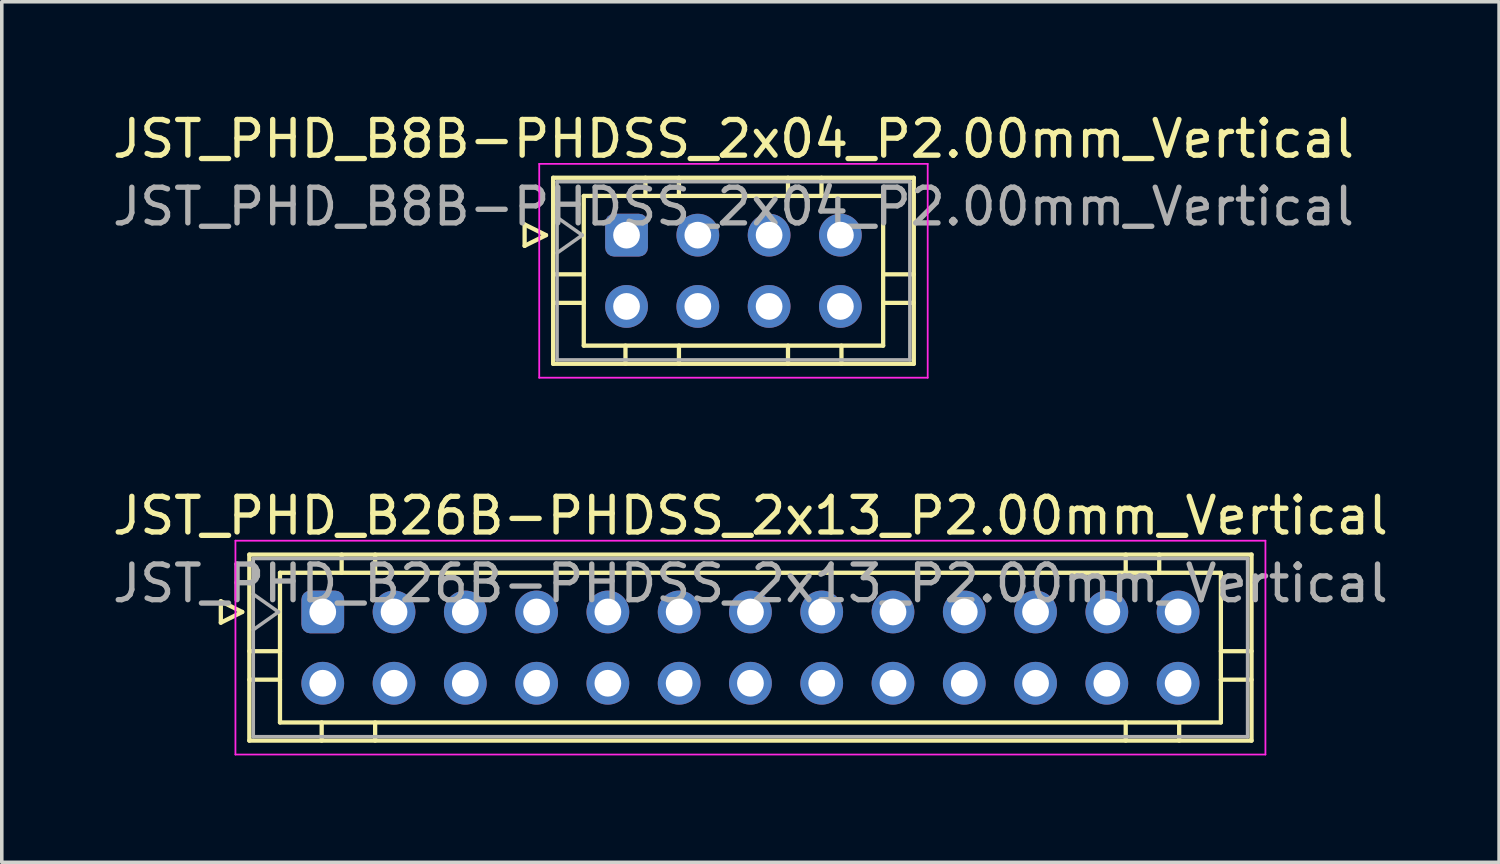
<source format=kicad_pcb>
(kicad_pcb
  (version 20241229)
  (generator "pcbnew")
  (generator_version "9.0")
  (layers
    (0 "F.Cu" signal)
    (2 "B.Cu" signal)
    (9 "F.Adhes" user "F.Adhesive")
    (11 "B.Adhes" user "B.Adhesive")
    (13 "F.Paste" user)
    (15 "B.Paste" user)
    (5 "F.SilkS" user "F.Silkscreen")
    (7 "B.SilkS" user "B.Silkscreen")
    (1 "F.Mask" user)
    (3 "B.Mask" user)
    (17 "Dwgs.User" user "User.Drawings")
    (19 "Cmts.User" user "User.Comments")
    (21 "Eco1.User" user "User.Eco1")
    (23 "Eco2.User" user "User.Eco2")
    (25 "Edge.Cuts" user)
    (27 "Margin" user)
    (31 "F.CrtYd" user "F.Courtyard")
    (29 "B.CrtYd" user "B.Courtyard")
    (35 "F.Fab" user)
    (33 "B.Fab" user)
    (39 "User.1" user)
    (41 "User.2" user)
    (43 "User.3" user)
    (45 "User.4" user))
  (footprint "JST_PHD_B8B-PHDSS_2x04_P2.00mm_Vertical"
    (layer "F.Cu")
    (at 14.53 3.548)
    (property "Reference" "JST_PHD_B8B-PHDSS_2x04_P2.00mm_Vertical" (at 3 -2.7 0) (layer "F.SilkS") (effects (font (size 1 1) (thickness 0.15))))
    (attr through_hole)
    (fp_line (start -2.86 -0.3) (end -2.26 0) (stroke (width 0.12) (type solid)) (layer "F.SilkS"))
    (fp_line (start -2.86 0.3) (end -2.86 -0.3) (stroke (width 0.12) (type solid)) (layer "F.SilkS"))
    (fp_line (start -2.26 0) (end -2.86 0.3) (stroke (width 0.12) (type solid)) (layer "F.SilkS"))
    (fp_line (start -2.06 -1.61) (end -2.06 3.61) (stroke (width 0.12) (type solid)) (layer "F.SilkS"))
    (fp_line (start -2.06 1.1) (end -1.2 1.1) (stroke (width 0.12) (type solid)) (layer "F.SilkS"))
    (fp_line (start -2.06 1.9) (end -1.2 1.9) (stroke (width 0.12) (type solid)) (layer "F.SilkS"))
    (fp_line (start -2.06 3.61) (end 8.06 3.61) (stroke (width 0.12) (type solid)) (layer "F.SilkS"))
    (fp_line (start -1.2 -1.1) (end -1.2 3.1) (stroke (width 0.12) (type solid)) (layer "F.SilkS"))
    (fp_line (start -1.2 3.1) (end 7.2 3.1) (stroke (width 0.12) (type solid)) (layer "F.SilkS"))
    (fp_line (start -0.03 3.61) (end -0.03 3.1) (stroke (width 0.12) (type solid)) (layer "F.SilkS"))
    (fp_line (start 0.53 -1.61) (end 0.53 -1.1) (stroke (width 0.12) (type solid)) (layer "F.SilkS"))
    (fp_line (start 1.47 -1.61) (end 1.47 -1.1) (stroke (width 0.12) (type solid)) (layer "F.SilkS"))
    (fp_line (start 1.47 3.61) (end 1.47 3.1) (stroke (width 0.12) (type solid)) (layer "F.SilkS"))
    (fp_line (start 4.53 -1.61) (end 4.53 -1.1) (stroke (width 0.12) (type solid)) (layer "F.SilkS"))
    (fp_line (start 4.53 3.61) (end 4.53 3.1) (stroke (width 0.12) (type solid)) (layer "F.SilkS"))
    (fp_line (start 5.47 -1.61) (end 5.47 -1.1) (stroke (width 0.12) (type solid)) (layer "F.SilkS"))
    (fp_line (start 6.03 3.61) (end 6.03 3.1) (stroke (width 0.12) (type solid)) (layer "F.SilkS"))
    (fp_line (start 7.2 -1.1) (end -1.2 -1.1) (stroke (width 0.12) (type solid)) (layer "F.SilkS"))
    (fp_line (start 7.2 3.1) (end 7.2 -1.1) (stroke (width 0.12) (type solid)) (layer "F.SilkS"))
    (fp_line (start 8.06 -1.61) (end -2.06 -1.61) (stroke (width 0.12) (type solid)) (layer "F.SilkS"))
    (fp_line (start 8.06 1.1) (end 7.2 1.1) (stroke (width 0.12) (type solid)) (layer "F.SilkS"))
    (fp_line (start 8.06 1.9) (end 7.2 1.9) (stroke (width 0.12) (type solid)) (layer "F.SilkS"))
    (fp_line (start 8.06 3.61) (end 8.06 -1.61) (stroke (width 0.12) (type solid)) (layer "F.SilkS"))
    (fp_line (start -2.45 -2) (end -2.45 4) (stroke (width 0.05) (type solid)) (layer "F.CrtYd"))
    (fp_line (start -2.45 4) (end 8.45 4) (stroke (width 0.05) (type solid)) (layer "F.CrtYd"))
    (fp_line (start 8.45 -2) (end -2.45 -2) (stroke (width 0.05) (type solid)) (layer "F.CrtYd"))
    (fp_line (start 8.45 4) (end 8.45 -2) (stroke (width 0.05) (type solid)) (layer "F.CrtYd"))
    (fp_line (start -1.95 -1.5) (end -1.95 3.5) (stroke (width 0.1) (type solid)) (layer "F.Fab"))
    (fp_line (start -1.95 0.5) (end -1.243 0) (stroke (width 0.1) (type solid)) (layer "F.Fab"))
    (fp_line (start -1.95 3.5) (end 7.95 3.5) (stroke (width 0.1) (type solid)) (layer "F.Fab"))
    (fp_line (start -1.243 0) (end -1.95 -0.5) (stroke (width 0.1) (type solid)) (layer "F.Fab"))
    (fp_line (start 7.95 -1.5) (end -1.95 -1.5) (stroke (width 0.1) (type solid)) (layer "F.Fab"))
    (fp_line (start 7.95 3.5) (end 7.95 -1.5) (stroke (width 0.1) (type solid)) (layer "F.Fab"))
    (fp_text user "${REFERENCE}" (at 3 -0.8 0) (layer "F.Fab") (effects (font (size 1 1) (thickness 0.15))))
    (pad "1" thru_hole roundrect (at 0 0) (size 1.2 1.2) (drill 0.75) (layers "*.Cu" "*.Mask") (roundrect_rratio 0.208))
    (pad "2" thru_hole circle (at 0 2) (size 1.2 1.2) (drill 0.75) (layers "*.Cu" "*.Mask"))
    (pad "3" thru_hole circle (at 2 0) (size 1.2 1.2) (drill 0.75) (layers "*.Cu" "*.Mask"))
    (pad "4" thru_hole circle (at 2 2) (size 1.2 1.2) (drill 0.75) (layers "*.Cu" "*.Mask"))
    (pad "5" thru_hole circle (at 4 0) (size 1.2 1.2) (drill 0.75) (layers "*.Cu" "*.Mask"))
    (pad "6" thru_hole circle (at 4 2) (size 1.2 1.2) (drill 0.75) (layers "*.Cu" "*.Mask"))
    (pad "7" thru_hole circle (at 6 0) (size 1.2 1.2) (drill 0.75) (layers "*.Cu" "*.Mask"))
    (pad "8" thru_hole circle (at 6 2) (size 1.2 1.2) (drill 0.75) (layers "*.Cu" "*.Mask")))
  (footprint "JST_PHD_B26B-PHDSS_2x13_P2.00mm_Vertical"
    (layer "F.Cu")
    (at 6.006 14.121)
    (property "Reference" "JST_PHD_B26B-PHDSS_2x13_P2.00mm_Vertical" (at 12 -2.7 0) (layer "F.SilkS") (effects (font (size 1 1) (thickness 0.15))))
    (attr through_hole)
    (fp_line (start -2.86 -0.3) (end -2.26 0) (stroke (width 0.12) (type solid)) (layer "F.SilkS"))
    (fp_line (start -2.86 0.3) (end -2.86 -0.3) (stroke (width 0.12) (type solid)) (layer "F.SilkS"))
    (fp_line (start -2.26 0) (end -2.86 0.3) (stroke (width 0.12) (type solid)) (layer "F.SilkS"))
    (fp_line (start -2.06 -1.61) (end -2.06 3.61) (stroke (width 0.12) (type solid)) (layer "F.SilkS"))
    (fp_line (start -2.06 1.1) (end -1.2 1.1) (stroke (width 0.12) (type solid)) (layer "F.SilkS"))
    (fp_line (start -2.06 1.9) (end -1.2 1.9) (stroke (width 0.12) (type solid)) (layer "F.SilkS"))
    (fp_line (start -2.06 3.61) (end 26.06 3.61) (stroke (width 0.12) (type solid)) (layer "F.SilkS"))
    (fp_line (start -1.2 -1.1) (end -1.2 3.1) (stroke (width 0.12) (type solid)) (layer "F.SilkS"))
    (fp_line (start -1.2 3.1) (end 25.2 3.1) (stroke (width 0.12) (type solid)) (layer "F.SilkS"))
    (fp_line (start -0.03 3.61) (end -0.03 3.1) (stroke (width 0.12) (type solid)) (layer "F.SilkS"))
    (fp_line (start 0.53 -1.61) (end 0.53 -1.1) (stroke (width 0.12) (type solid)) (layer "F.SilkS"))
    (fp_line (start 1.47 -1.61) (end 1.47 -1.1) (stroke (width 0.12) (type solid)) (layer "F.SilkS"))
    (fp_line (start 1.47 3.61) (end 1.47 3.1) (stroke (width 0.12) (type solid)) (layer "F.SilkS"))
    (fp_line (start 22.53 -1.61) (end 22.53 -1.1) (stroke (width 0.12) (type solid)) (layer "F.SilkS"))
    (fp_line (start 22.53 3.61) (end 22.53 3.1) (stroke (width 0.12) (type solid)) (layer "F.SilkS"))
    (fp_line (start 23.47 -1.61) (end 23.47 -1.1) (stroke (width 0.12) (type solid)) (layer "F.SilkS"))
    (fp_line (start 24.03 3.61) (end 24.03 3.1) (stroke (width 0.12) (type solid)) (layer "F.SilkS"))
    (fp_line (start 25.2 -1.1) (end -1.2 -1.1) (stroke (width 0.12) (type solid)) (layer "F.SilkS"))
    (fp_line (start 25.2 3.1) (end 25.2 -1.1) (stroke (width 0.12) (type solid)) (layer "F.SilkS"))
    (fp_line (start 26.06 -1.61) (end -2.06 -1.61) (stroke (width 0.12) (type solid)) (layer "F.SilkS"))
    (fp_line (start 26.06 1.1) (end 25.2 1.1) (stroke (width 0.12) (type solid)) (layer "F.SilkS"))
    (fp_line (start 26.06 1.9) (end 25.2 1.9) (stroke (width 0.12) (type solid)) (layer "F.SilkS"))
    (fp_line (start 26.06 3.61) (end 26.06 -1.61) (stroke (width 0.12) (type solid)) (layer "F.SilkS"))
    (fp_line (start -2.45 -2) (end -2.45 4) (stroke (width 0.05) (type solid)) (layer "F.CrtYd"))
    (fp_line (start -2.45 4) (end 26.45 4) (stroke (width 0.05) (type solid)) (layer "F.CrtYd"))
    (fp_line (start 26.45 -2) (end -2.45 -2) (stroke (width 0.05) (type solid)) (layer "F.CrtYd"))
    (fp_line (start 26.45 4) (end 26.45 -2) (stroke (width 0.05) (type solid)) (layer "F.CrtYd"))
    (fp_line (start -1.95 -1.5) (end -1.95 3.5) (stroke (width 0.1) (type solid)) (layer "F.Fab"))
    (fp_line (start -1.95 0.5) (end -1.243 0) (stroke (width 0.1) (type solid)) (layer "F.Fab"))
    (fp_line (start -1.95 3.5) (end 25.95 3.5) (stroke (width 0.1) (type solid)) (layer "F.Fab"))
    (fp_line (start -1.243 0) (end -1.95 -0.5) (stroke (width 0.1) (type solid)) (layer "F.Fab"))
    (fp_line (start 25.95 -1.5) (end -1.95 -1.5) (stroke (width 0.1) (type solid)) (layer "F.Fab"))
    (fp_line (start 25.95 3.5) (end 25.95 -1.5) (stroke (width 0.1) (type solid)) (layer "F.Fab"))
    (fp_text user "${REFERENCE}" (at 12 -0.8 0) (layer "F.Fab") (effects (font (size 1 1) (thickness 0.15))))
    (pad "1" thru_hole roundrect (at 0 0) (size 1.2 1.2) (drill 0.75) (layers "*.Cu" "*.Mask") (roundrect_rratio 0.208))
    (pad "2" thru_hole circle (at 0 2) (size 1.2 1.2) (drill 0.75) (layers "*.Cu" "*.Mask"))
    (pad "3" thru_hole circle (at 2 0) (size 1.2 1.2) (drill 0.75) (layers "*.Cu" "*.Mask"))
    (pad "4" thru_hole circle (at 2 2) (size 1.2 1.2) (drill 0.75) (layers "*.Cu" "*.Mask"))
    (pad "5" thru_hole circle (at 4 0) (size 1.2 1.2) (drill 0.75) (layers "*.Cu" "*.Mask"))
    (pad "6" thru_hole circle (at 4 2) (size 1.2 1.2) (drill 0.75) (layers "*.Cu" "*.Mask"))
    (pad "7" thru_hole circle (at 6 0) (size 1.2 1.2) (drill 0.75) (layers "*.Cu" "*.Mask"))
    (pad "8" thru_hole circle (at 6 2) (size 1.2 1.2) (drill 0.75) (layers "*.Cu" "*.Mask"))
    (pad "9" thru_hole circle (at 8 0) (size 1.2 1.2) (drill 0.75) (layers "*.Cu" "*.Mask"))
    (pad "10" thru_hole circle (at 8 2) (size 1.2 1.2) (drill 0.75) (layers "*.Cu" "*.Mask"))
    (pad "11" thru_hole circle (at 10 0) (size 1.2 1.2) (drill 0.75) (layers "*.Cu" "*.Mask"))
    (pad "12" thru_hole circle (at 10 2) (size 1.2 1.2) (drill 0.75) (layers "*.Cu" "*.Mask"))
    (pad "13" thru_hole circle (at 12 0) (size 1.2 1.2) (drill 0.75) (layers "*.Cu" "*.Mask"))
    (pad "14" thru_hole circle (at 12 2) (size 1.2 1.2) (drill 0.75) (layers "*.Cu" "*.Mask"))
    (pad "15" thru_hole circle (at 14 0) (size 1.2 1.2) (drill 0.75) (layers "*.Cu" "*.Mask"))
    (pad "16" thru_hole circle (at 14 2) (size 1.2 1.2) (drill 0.75) (layers "*.Cu" "*.Mask"))
    (pad "17" thru_hole circle (at 16 0) (size 1.2 1.2) (drill 0.75) (layers "*.Cu" "*.Mask"))
    (pad "18" thru_hole circle (at 16 2) (size 1.2 1.2) (drill 0.75) (layers "*.Cu" "*.Mask"))
    (pad "19" thru_hole circle (at 18 0) (size 1.2 1.2) (drill 0.75) (layers "*.Cu" "*.Mask"))
    (pad "20" thru_hole circle (at 18 2) (size 1.2 1.2) (drill 0.75) (layers "*.Cu" "*.Mask"))
    (pad "21" thru_hole circle (at 20 0) (size 1.2 1.2) (drill 0.75) (layers "*.Cu" "*.Mask"))
    (pad "22" thru_hole circle (at 20 2) (size 1.2 1.2) (drill 0.75) (layers "*.Cu" "*.Mask"))
    (pad "23" thru_hole circle (at 22 0) (size 1.2 1.2) (drill 0.75) (layers "*.Cu" "*.Mask"))
    (pad "24" thru_hole circle (at 22 2) (size 1.2 1.2) (drill 0.75) (layers "*.Cu" "*.Mask"))
    (pad "25" thru_hole circle (at 24 0) (size 1.2 1.2) (drill 0.75) (layers "*.Cu" "*.Mask"))
    (pad "26" thru_hole circle (at 24 2) (size 1.2 1.2) (drill 0.75) (layers "*.Cu" "*.Mask")))
  (gr_rect
    (start -3 -3)
    (end 39.012 21.146)
    (stroke (width 0.1) (type default))
    (fill no)
    (layer "Edge.Cuts")))
</source>
